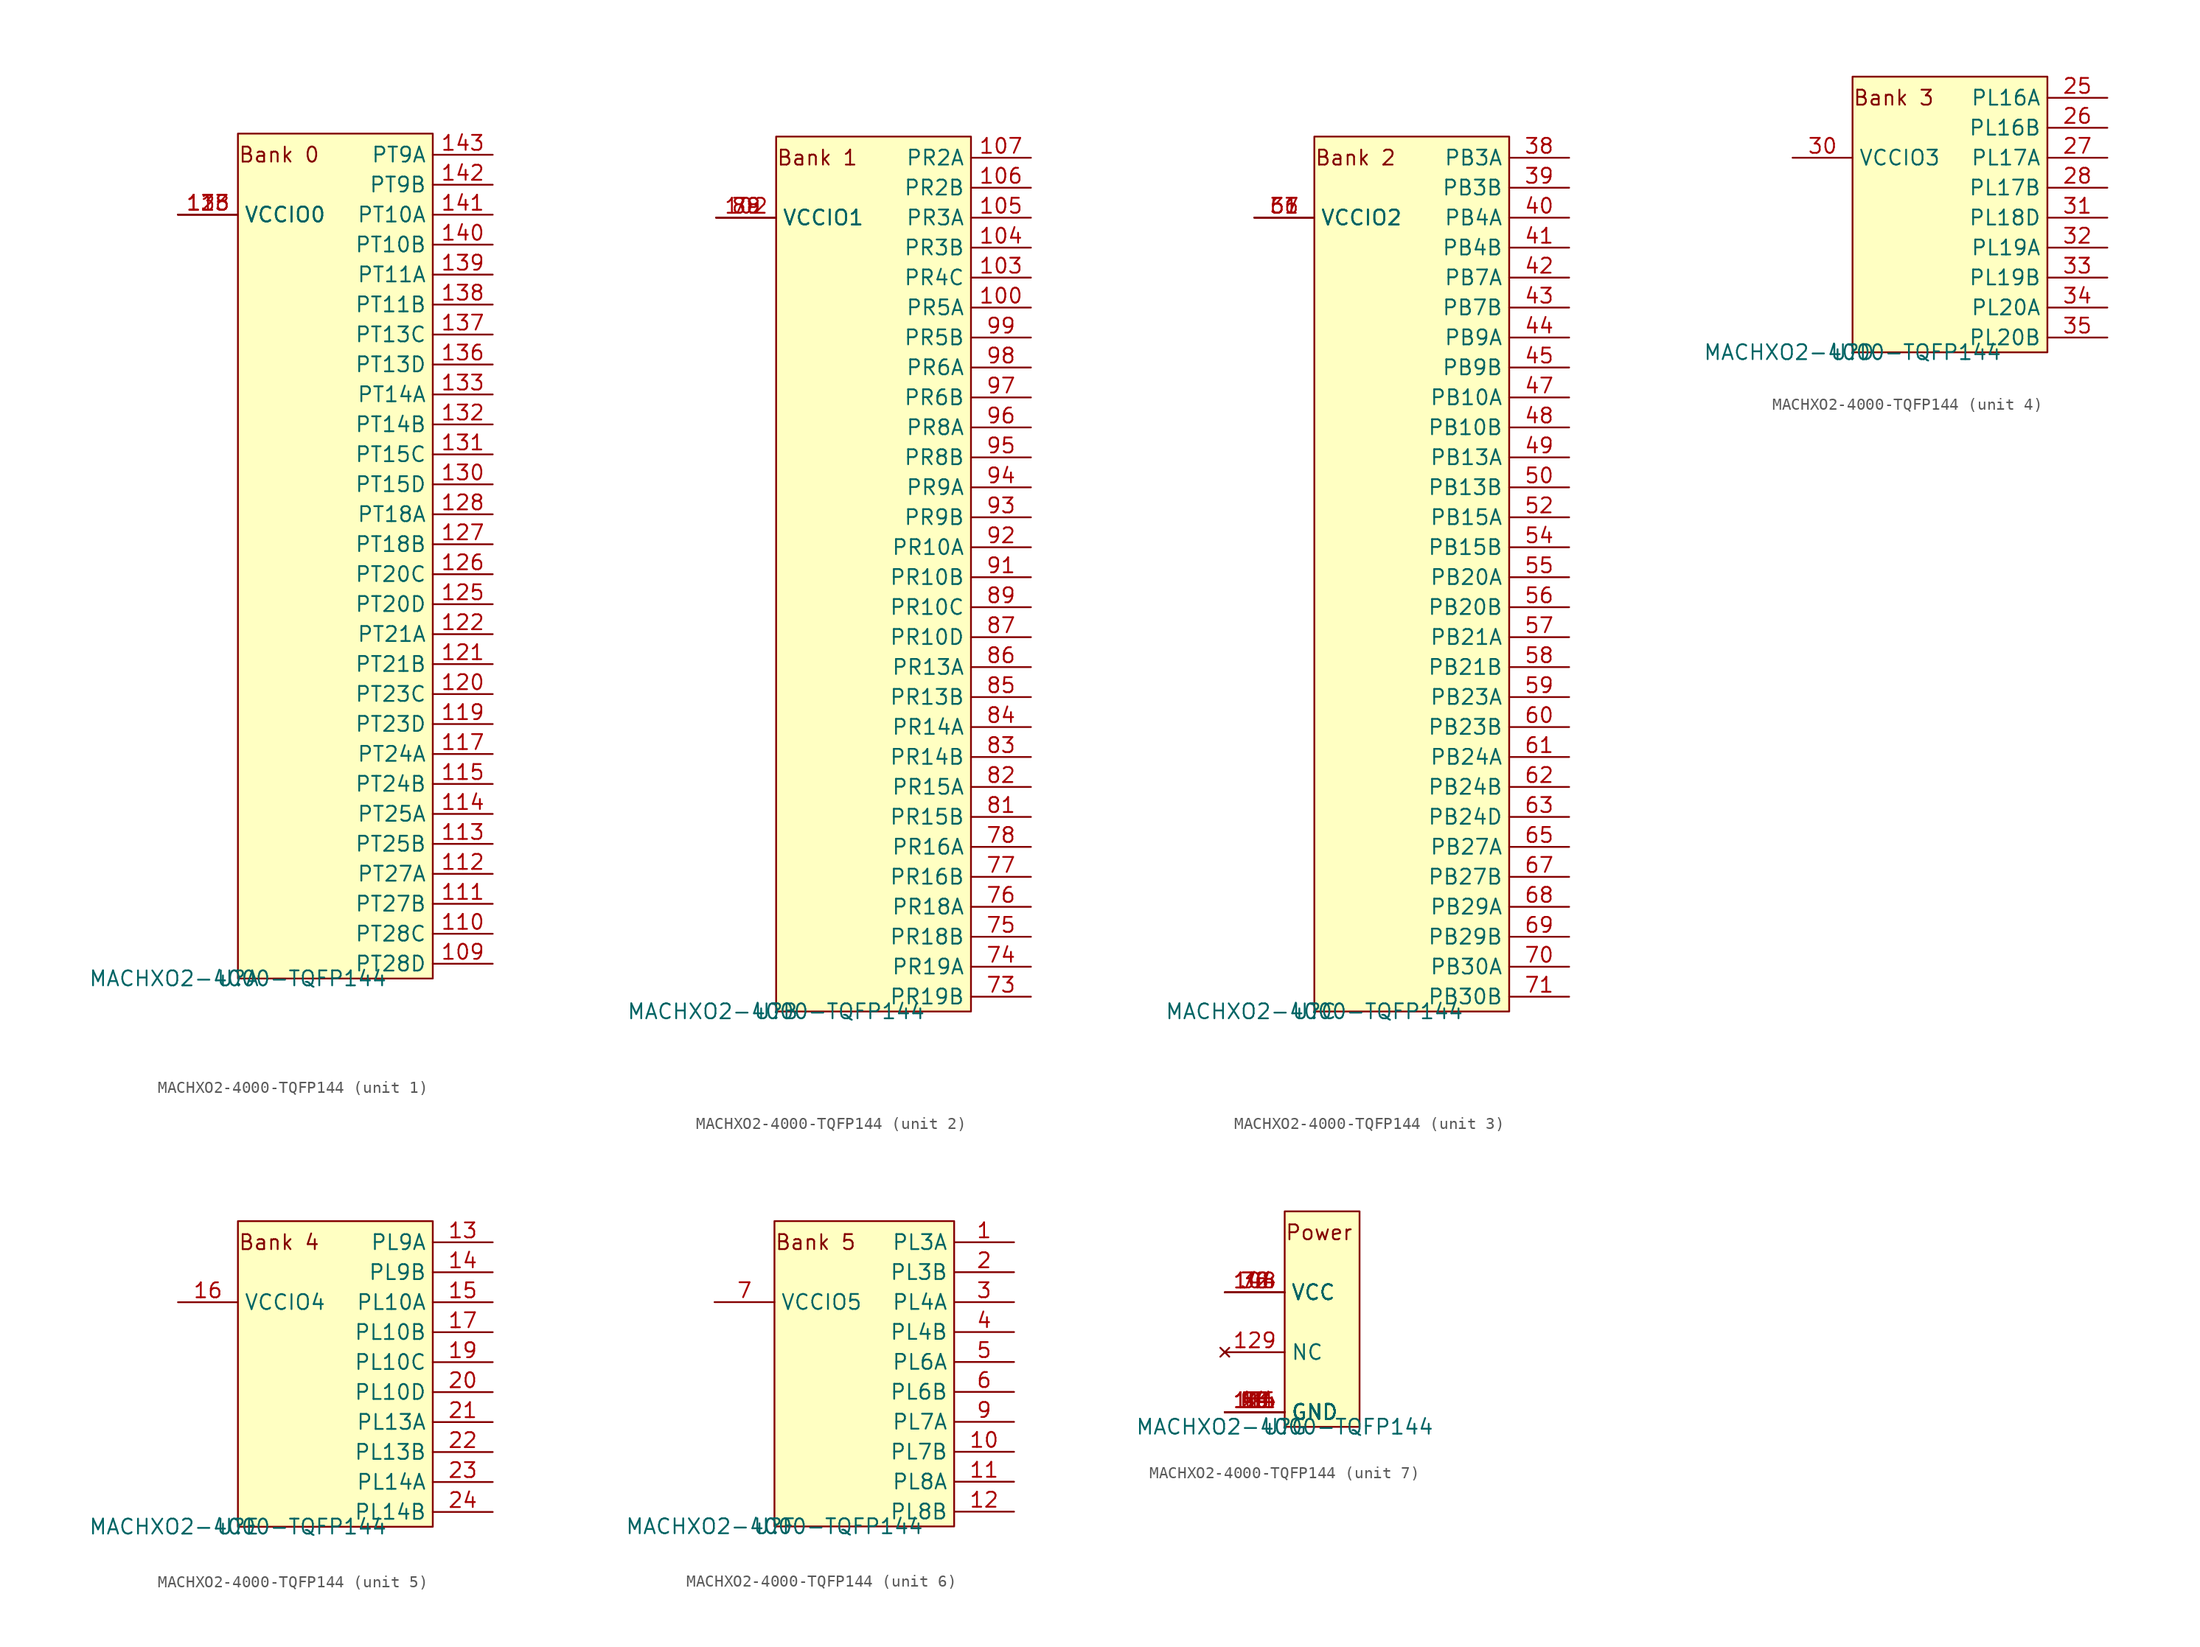
<source format=kicad_sym>
(kicad_symbol_lib
  (version 20211014)
  (generator kicad_symbol_editor)
  (symbol "MACHXO2-4000-TQFP144"
    (property "Reference" "U"
      (at 0 0 0)
      (effects (font (size 1.27 1.27))))
    (property "Value" "MACHXO2-4000-TQFP144"
      (at 0 0 0)
      (effects (font (size 1.27 1.27))))
    (property "ki_locked" ""
      (at 0 0 0)
      (effects (font (size 1.27 1.27))))
    (symbol "MACHXO2-4000-TQFP144_1_0"
      (pin power_in line (at -5.08 64.754 0) (length 5.08) (name "VCCIO0" (effects (font (size 1.27 1.27)))) (number "118" (effects (font (size 1.27 1.27)))))
      (pin power_in line (at -5.08 64.754 0) (length 5.08) (name "VCCIO0" (effects (font (size 1.27 1.27)))) (number "123" (effects (font (size 1.27 1.27)))))
      (pin power_in line (at -5.08 64.754 0) (length 5.08) (name "VCCIO0" (effects (font (size 1.27 1.27)))) (number "135" (effects (font (size 1.27 1.27)))))
      (pin bidirectional line (at 21.59 69.834 180) (length 5.08) (name "PT9A" (effects (font (size 1.27 1.27)))) (number "143" (effects (font (size 1.27 1.27)))))
      (pin bidirectional line (at 21.59 67.294 180) (length 5.08) (name "PT9B" (effects (font (size 1.27 1.27)))) (number "142" (effects (font (size 1.27 1.27)))))
      (pin bidirectional line (at 21.59 64.754 180) (length 5.08) (name "PT10A" (effects (font (size 1.27 1.27)))) (number "141" (effects (font (size 1.27 1.27)))))
      (pin bidirectional line (at 21.59 62.214 180) (length 5.08) (name "PT10B" (effects (font (size 1.27 1.27)))) (number "140" (effects (font (size 1.27 1.27)))))
      (pin bidirectional line (at 21.59 59.674 180) (length 5.08) (name "PT11A" (effects (font (size 1.27 1.27)))) (number "139" (effects (font (size 1.27 1.27)))))
      (pin bidirectional line (at 21.59 57.134 180) (length 5.08) (name "PT11B" (effects (font (size 1.27 1.27)))) (number "138" (effects (font (size 1.27 1.27)))))
      (pin bidirectional line (at 21.59 54.594 180) (length 5.08) (name "PT13C" (effects (font (size 1.27 1.27)))) (number "137" (effects (font (size 1.27 1.27)))))
      (pin bidirectional line (at 21.59 52.054 180) (length 5.08) (name "PT13D" (effects (font (size 1.27 1.27)))) (number "136" (effects (font (size 1.27 1.27)))))
      (pin bidirectional line (at 21.59 49.514 180) (length 5.08) (name "PT14A" (effects (font (size 1.27 1.27)))) (number "133" (effects (font (size 1.27 1.27)))))
      (pin bidirectional line (at 21.59 46.974 180) (length 5.08) (name "PT14B" (effects (font (size 1.27 1.27)))) (number "132" (effects (font (size 1.27 1.27)))))
      (pin bidirectional line (at 21.59 44.434 180) (length 5.08) (name "PT15C" (effects (font (size 1.27 1.27)))) (number "131" (effects (font (size 1.27 1.27)))))
      (pin bidirectional line (at 21.59 41.894 180) (length 5.08) (name "PT15D" (effects (font (size 1.27 1.27)))) (number "130" (effects (font (size 1.27 1.27)))))
      (pin bidirectional line (at 21.59 39.354 180) (length 5.08) (name "PT18A" (effects (font (size 1.27 1.27)))) (number "128" (effects (font (size 1.27 1.27)))))
      (pin bidirectional line (at 21.59 36.814 180) (length 5.08) (name "PT18B" (effects (font (size 1.27 1.27)))) (number "127" (effects (font (size 1.27 1.27)))))
      (pin bidirectional line (at 21.59 34.274 180) (length 5.08) (name "PT20C" (effects (font (size 1.27 1.27)))) (number "126" (effects (font (size 1.27 1.27)))))
      (pin bidirectional line (at 21.59 31.734 180) (length 5.08) (name "PT20D" (effects (font (size 1.27 1.27)))) (number "125" (effects (font (size 1.27 1.27)))))
      (pin bidirectional line (at 21.59 29.194 180) (length 5.08) (name "PT21A" (effects (font (size 1.27 1.27)))) (number "122" (effects (font (size 1.27 1.27)))))
      (pin bidirectional line (at 21.59 26.654 180) (length 5.08) (name "PT21B" (effects (font (size 1.27 1.27)))) (number "121" (effects (font (size 1.27 1.27)))))
      (pin bidirectional line (at 21.59 24.114 180) (length 5.08) (name "PT23C" (effects (font (size 1.27 1.27)))) (number "120" (effects (font (size 1.27 1.27)))))
      (pin bidirectional line (at 21.59 21.574 180) (length 5.08) (name "PT23D" (effects (font (size 1.27 1.27)))) (number "119" (effects (font (size 1.27 1.27)))))
      (pin bidirectional line (at 21.59 19.034 180) (length 5.08) (name "PT24A" (effects (font (size 1.27 1.27)))) (number "117" (effects (font (size 1.27 1.27)))))
      (pin bidirectional line (at 21.59 16.494 180) (length 5.08) (name "PT24B" (effects (font (size 1.27 1.27)))) (number "115" (effects (font (size 1.27 1.27)))))
      (pin bidirectional line (at 21.59 13.954 180) (length 5.08) (name "PT25A" (effects (font (size 1.27 1.27)))) (number "114" (effects (font (size 1.27 1.27)))))
      (pin bidirectional line (at 21.59 11.414 180) (length 5.08) (name "PT25B" (effects (font (size 1.27 1.27)))) (number "113" (effects (font (size 1.27 1.27)))))
      (pin bidirectional line (at 21.59 8.874 180) (length 5.08) (name "PT27A" (effects (font (size 1.27 1.27)))) (number "112" (effects (font (size 1.27 1.27)))))
      (pin bidirectional line (at 21.59 6.334 180) (length 5.08) (name "PT27B" (effects (font (size 1.27 1.27)))) (number "111" (effects (font (size 1.27 1.27)))))
      (pin bidirectional line (at 21.59 3.794 180) (length 5.08) (name "PT28C" (effects (font (size 1.27 1.27)))) (number "110" (effects (font (size 1.27 1.27)))))
      (pin bidirectional line (at 21.59 1.254 180) (length 5.08) (name "PT28D" (effects (font (size 1.27 1.27)))) (number "109" (effects (font (size 1.27 1.27))))))
    (symbol "MACHXO2-4000-TQFP144_1_1"
      (rectangle (start 0 0) (end 16.51 71.628) (stroke (width 0) (type default) (color 0 0 0 0)) (fill (type background)))
      (text "Bank 0" (at 0 69.834 0) (effects (font (size 1.27 1.27)) (justify left))))
    (symbol "MACHXO2-4000-TQFP144_2_0"
      (pin power_in line (at -5.08 67.294 0) (length 5.08) (name "VCCIO1" (effects (font (size 1.27 1.27)))) (number "79" (effects (font (size 1.27 1.27)))))
      (pin power_in line (at -5.08 67.294 0) (length 5.08) (name "VCCIO1" (effects (font (size 1.27 1.27)))) (number "88" (effects (font (size 1.27 1.27)))))
      (pin power_in line (at -5.08 67.294 0) (length 5.08) (name "VCCIO1" (effects (font (size 1.27 1.27)))) (number "102" (effects (font (size 1.27 1.27)))))
      (pin bidirectional line (at 21.59 72.374 180) (length 5.08) (name "PR2A" (effects (font (size 1.27 1.27)))) (number "107" (effects (font (size 1.27 1.27)))))
      (pin bidirectional line (at 21.59 69.834 180) (length 5.08) (name "PR2B" (effects (font (size 1.27 1.27)))) (number "106" (effects (font (size 1.27 1.27)))))
      (pin bidirectional line (at 21.59 67.294 180) (length 5.08) (name "PR3A" (effects (font (size 1.27 1.27)))) (number "105" (effects (font (size 1.27 1.27)))))
      (pin bidirectional line (at 21.59 64.754 180) (length 5.08) (name "PR3B" (effects (font (size 1.27 1.27)))) (number "104" (effects (font (size 1.27 1.27)))))
      (pin bidirectional line (at 21.59 62.214 180) (length 5.08) (name "PR4C" (effects (font (size 1.27 1.27)))) (number "103" (effects (font (size 1.27 1.27)))))
      (pin bidirectional line (at 21.59 59.674 180) (length 5.08) (name "PR5A" (effects (font (size 1.27 1.27)))) (number "100" (effects (font (size 1.27 1.27)))))
      (pin bidirectional line (at 21.59 57.134 180) (length 5.08) (name "PR5B" (effects (font (size 1.27 1.27)))) (number "99" (effects (font (size 1.27 1.27)))))
      (pin bidirectional line (at 21.59 54.594 180) (length 5.08) (name "PR6A" (effects (font (size 1.27 1.27)))) (number "98" (effects (font (size 1.27 1.27)))))
      (pin bidirectional line (at 21.59 52.054 180) (length 5.08) (name "PR6B" (effects (font (size 1.27 1.27)))) (number "97" (effects (font (size 1.27 1.27)))))
      (pin bidirectional line (at 21.59 49.514 180) (length 5.08) (name "PR8A" (effects (font (size 1.27 1.27)))) (number "96" (effects (font (size 1.27 1.27)))))
      (pin bidirectional line (at 21.59 46.974 180) (length 5.08) (name "PR8B" (effects (font (size 1.27 1.27)))) (number "95" (effects (font (size 1.27 1.27)))))
      (pin bidirectional line (at 21.59 44.434 180) (length 5.08) (name "PR9A" (effects (font (size 1.27 1.27)))) (number "94" (effects (font (size 1.27 1.27)))))
      (pin bidirectional line (at 21.59 41.894 180) (length 5.08) (name "PR9B" (effects (font (size 1.27 1.27)))) (number "93" (effects (font (size 1.27 1.27)))))
      (pin bidirectional line (at 21.59 39.354 180) (length 5.08) (name "PR10A" (effects (font (size 1.27 1.27)))) (number "92" (effects (font (size 1.27 1.27)))))
      (pin bidirectional line (at 21.59 36.814 180) (length 5.08) (name "PR10B" (effects (font (size 1.27 1.27)))) (number "91" (effects (font (size 1.27 1.27)))))
      (pin bidirectional line (at 21.59 34.274 180) (length 5.08) (name "PR10C" (effects (font (size 1.27 1.27)))) (number "89" (effects (font (size 1.27 1.27)))))
      (pin bidirectional line (at 21.59 31.734 180) (length 5.08) (name "PR10D" (effects (font (size 1.27 1.27)))) (number "87" (effects (font (size 1.27 1.27)))))
      (pin bidirectional line (at 21.59 29.194 180) (length 5.08) (name "PR13A" (effects (font (size 1.27 1.27)))) (number "86" (effects (font (size 1.27 1.27)))))
      (pin bidirectional line (at 21.59 26.654 180) (length 5.08) (name "PR13B" (effects (font (size 1.27 1.27)))) (number "85" (effects (font (size 1.27 1.27)))))
      (pin bidirectional line (at 21.59 24.114 180) (length 5.08) (name "PR14A" (effects (font (size 1.27 1.27)))) (number "84" (effects (font (size 1.27 1.27)))))
      (pin bidirectional line (at 21.59 21.574 180) (length 5.08) (name "PR14B" (effects (font (size 1.27 1.27)))) (number "83" (effects (font (size 1.27 1.27)))))
      (pin bidirectional line (at 21.59 19.034 180) (length 5.08) (name "PR15A" (effects (font (size 1.27 1.27)))) (number "82" (effects (font (size 1.27 1.27)))))
      (pin bidirectional line (at 21.59 16.494 180) (length 5.08) (name "PR15B" (effects (font (size 1.27 1.27)))) (number "81" (effects (font (size 1.27 1.27)))))
      (pin bidirectional line (at 21.59 13.954 180) (length 5.08) (name "PR16A" (effects (font (size 1.27 1.27)))) (number "78" (effects (font (size 1.27 1.27)))))
      (pin bidirectional line (at 21.59 11.414 180) (length 5.08) (name "PR16B" (effects (font (size 1.27 1.27)))) (number "77" (effects (font (size 1.27 1.27)))))
      (pin bidirectional line (at 21.59 8.874 180) (length 5.08) (name "PR18A" (effects (font (size 1.27 1.27)))) (number "76" (effects (font (size 1.27 1.27)))))
      (pin bidirectional line (at 21.59 6.334 180) (length 5.08) (name "PR18B" (effects (font (size 1.27 1.27)))) (number "75" (effects (font (size 1.27 1.27)))))
      (pin bidirectional line (at 21.59 3.794 180) (length 5.08) (name "PR19A" (effects (font (size 1.27 1.27)))) (number "74" (effects (font (size 1.27 1.27)))))
      (pin bidirectional line (at 21.59 1.254 180) (length 5.08) (name "PR19B" (effects (font (size 1.27 1.27)))) (number "73" (effects (font (size 1.27 1.27))))))
    (symbol "MACHXO2-4000-TQFP144_2_1"
      (rectangle (start 0 0) (end 16.51 74.168) (stroke (width 0) (type default) (color 0 0 0 0)) (fill (type background)))
      (text "Bank 1" (at 0 72.374 0) (effects (font (size 1.27 1.27)) (justify left))))
    (symbol "MACHXO2-4000-TQFP144_3_0"
      (pin power_in line (at -5.08 67.294 0) (length 5.08) (name "VCCIO2" (effects (font (size 1.27 1.27)))) (number "37" (effects (font (size 1.27 1.27)))))
      (pin power_in line (at -5.08 67.294 0) (length 5.08) (name "VCCIO2" (effects (font (size 1.27 1.27)))) (number "51" (effects (font (size 1.27 1.27)))))
      (pin power_in line (at -5.08 67.294 0) (length 5.08) (name "VCCIO2" (effects (font (size 1.27 1.27)))) (number "66" (effects (font (size 1.27 1.27)))))
      (pin bidirectional line (at 21.59 72.374 180) (length 5.08) (name "PB3A" (effects (font (size 1.27 1.27)))) (number "38" (effects (font (size 1.27 1.27)))))
      (pin bidirectional line (at 21.59 69.834 180) (length 5.08) (name "PB3B" (effects (font (size 1.27 1.27)))) (number "39" (effects (font (size 1.27 1.27)))))
      (pin bidirectional line (at 21.59 67.294 180) (length 5.08) (name "PB4A" (effects (font (size 1.27 1.27)))) (number "40" (effects (font (size 1.27 1.27)))))
      (pin bidirectional line (at 21.59 64.754 180) (length 5.08) (name "PB4B" (effects (font (size 1.27 1.27)))) (number "41" (effects (font (size 1.27 1.27)))))
      (pin bidirectional line (at 21.59 62.214 180) (length 5.08) (name "PB7A" (effects (font (size 1.27 1.27)))) (number "42" (effects (font (size 1.27 1.27)))))
      (pin bidirectional line (at 21.59 59.674 180) (length 5.08) (name "PB7B" (effects (font (size 1.27 1.27)))) (number "43" (effects (font (size 1.27 1.27)))))
      (pin bidirectional line (at 21.59 57.134 180) (length 5.08) (name "PB9A" (effects (font (size 1.27 1.27)))) (number "44" (effects (font (size 1.27 1.27)))))
      (pin bidirectional line (at 21.59 54.594 180) (length 5.08) (name "PB9B" (effects (font (size 1.27 1.27)))) (number "45" (effects (font (size 1.27 1.27)))))
      (pin bidirectional line (at 21.59 52.054 180) (length 5.08) (name "PB10A" (effects (font (size 1.27 1.27)))) (number "47" (effects (font (size 1.27 1.27)))))
      (pin bidirectional line (at 21.59 49.514 180) (length 5.08) (name "PB10B" (effects (font (size 1.27 1.27)))) (number "48" (effects (font (size 1.27 1.27)))))
      (pin bidirectional line (at 21.59 46.974 180) (length 5.08) (name "PB13A" (effects (font (size 1.27 1.27)))) (number "49" (effects (font (size 1.27 1.27)))))
      (pin bidirectional line (at 21.59 44.434 180) (length 5.08) (name "PB13B" (effects (font (size 1.27 1.27)))) (number "50" (effects (font (size 1.27 1.27)))))
      (pin bidirectional line (at 21.59 41.894 180) (length 5.08) (name "PB15A" (effects (font (size 1.27 1.27)))) (number "52" (effects (font (size 1.27 1.27)))))
      (pin bidirectional line (at 21.59 39.354 180) (length 5.08) (name "PB15B" (effects (font (size 1.27 1.27)))) (number "54" (effects (font (size 1.27 1.27)))))
      (pin bidirectional line (at 21.59 36.814 180) (length 5.08) (name "PB20A" (effects (font (size 1.27 1.27)))) (number "55" (effects (font (size 1.27 1.27)))))
      (pin bidirectional line (at 21.59 34.274 180) (length 5.08) (name "PB20B" (effects (font (size 1.27 1.27)))) (number "56" (effects (font (size 1.27 1.27)))))
      (pin bidirectional line (at 21.59 31.734 180) (length 5.08) (name "PB21A" (effects (font (size 1.27 1.27)))) (number "57" (effects (font (size 1.27 1.27)))))
      (pin bidirectional line (at 21.59 29.194 180) (length 5.08) (name "PB21B" (effects (font (size 1.27 1.27)))) (number "58" (effects (font (size 1.27 1.27)))))
      (pin bidirectional line (at 21.59 26.654 180) (length 5.08) (name "PB23A" (effects (font (size 1.27 1.27)))) (number "59" (effects (font (size 1.27 1.27)))))
      (pin bidirectional line (at 21.59 24.114 180) (length 5.08) (name "PB23B" (effects (font (size 1.27 1.27)))) (number "60" (effects (font (size 1.27 1.27)))))
      (pin bidirectional line (at 21.59 21.574 180) (length 5.08) (name "PB24A" (effects (font (size 1.27 1.27)))) (number "61" (effects (font (size 1.27 1.27)))))
      (pin bidirectional line (at 21.59 19.034 180) (length 5.08) (name "PB24B" (effects (font (size 1.27 1.27)))) (number "62" (effects (font (size 1.27 1.27)))))
      (pin bidirectional line (at 21.59 16.494 180) (length 5.08) (name "PB24D" (effects (font (size 1.27 1.27)))) (number "63" (effects (font (size 1.27 1.27)))))
      (pin bidirectional line (at 21.59 13.954 180) (length 5.08) (name "PB27A" (effects (font (size 1.27 1.27)))) (number "65" (effects (font (size 1.27 1.27)))))
      (pin bidirectional line (at 21.59 11.414 180) (length 5.08) (name "PB27B" (effects (font (size 1.27 1.27)))) (number "67" (effects (font (size 1.27 1.27)))))
      (pin bidirectional line (at 21.59 8.874 180) (length 5.08) (name "PB29A" (effects (font (size 1.27 1.27)))) (number "68" (effects (font (size 1.27 1.27)))))
      (pin bidirectional line (at 21.59 6.334 180) (length 5.08) (name "PB29B" (effects (font (size 1.27 1.27)))) (number "69" (effects (font (size 1.27 1.27)))))
      (pin bidirectional line (at 21.59 3.794 180) (length 5.08) (name "PB30A" (effects (font (size 1.27 1.27)))) (number "70" (effects (font (size 1.27 1.27)))))
      (pin bidirectional line (at 21.59 1.254 180) (length 5.08) (name "PB30B" (effects (font (size 1.27 1.27)))) (number "71" (effects (font (size 1.27 1.27))))))
    (symbol "MACHXO2-4000-TQFP144_3_1"
      (rectangle (start 0 0) (end 16.51 74.168) (stroke (width 0) (type default) (color 0 0 0 0)) (fill (type background)))
      (text "Bank 2" (at 0 72.374 0) (effects (font (size 1.27 1.27)) (justify left))))
    (symbol "MACHXO2-4000-TQFP144_4_0"
      (pin power_in line (at -5.08 16.494 0) (length 5.08) (name "VCCIO3" (effects (font (size 1.27 1.27)))) (number "30" (effects (font (size 1.27 1.27)))))
      (pin bidirectional line (at 21.59 21.574 180) (length 5.08) (name "PL16A" (effects (font (size 1.27 1.27)))) (number "25" (effects (font (size 1.27 1.27)))))
      (pin bidirectional line (at 21.59 19.034 180) (length 5.08) (name "PL16B" (effects (font (size 1.27 1.27)))) (number "26" (effects (font (size 1.27 1.27)))))
      (pin bidirectional line (at 21.59 16.494 180) (length 5.08) (name "PL17A" (effects (font (size 1.27 1.27)))) (number "27" (effects (font (size 1.27 1.27)))))
      (pin bidirectional line (at 21.59 13.954 180) (length 5.08) (name "PL17B" (effects (font (size 1.27 1.27)))) (number "28" (effects (font (size 1.27 1.27)))))
      (pin bidirectional line (at 21.59 11.414 180) (length 5.08) (name "PL18D" (effects (font (size 1.27 1.27)))) (number "31" (effects (font (size 1.27 1.27)))))
      (pin bidirectional line (at 21.59 8.874 180) (length 5.08) (name "PL19A" (effects (font (size 1.27 1.27)))) (number "32" (effects (font (size 1.27 1.27)))))
      (pin bidirectional line (at 21.59 6.334 180) (length 5.08) (name "PL19B" (effects (font (size 1.27 1.27)))) (number "33" (effects (font (size 1.27 1.27)))))
      (pin bidirectional line (at 21.59 3.794 180) (length 5.08) (name "PL20A" (effects (font (size 1.27 1.27)))) (number "34" (effects (font (size 1.27 1.27)))))
      (pin bidirectional line (at 21.59 1.254 180) (length 5.08) (name "PL20B" (effects (font (size 1.27 1.27)))) (number "35" (effects (font (size 1.27 1.27))))))
    (symbol "MACHXO2-4000-TQFP144_4_1"
      (rectangle (start 0 0) (end 16.51 23.368) (stroke (width 0) (type default) (color 0 0 0 0)) (fill (type background)))
      (text "Bank 3" (at 0 21.574 0) (effects (font (size 1.27 1.27)) (justify left))))
    (symbol "MACHXO2-4000-TQFP144_5_0"
      (pin power_in line (at -5.08 19.034 0) (length 5.08) (name "VCCIO4" (effects (font (size 1.27 1.27)))) (number "16" (effects (font (size 1.27 1.27)))))
      (pin bidirectional line (at 21.59 24.114 180) (length 5.08) (name "PL9A" (effects (font (size 1.27 1.27)))) (number "13" (effects (font (size 1.27 1.27)))))
      (pin bidirectional line (at 21.59 21.574 180) (length 5.08) (name "PL9B" (effects (font (size 1.27 1.27)))) (number "14" (effects (font (size 1.27 1.27)))))
      (pin bidirectional line (at 21.59 19.034 180) (length 5.08) (name "PL10A" (effects (font (size 1.27 1.27)))) (number "15" (effects (font (size 1.27 1.27)))))
      (pin bidirectional line (at 21.59 16.494 180) (length 5.08) (name "PL10B" (effects (font (size 1.27 1.27)))) (number "17" (effects (font (size 1.27 1.27)))))
      (pin bidirectional line (at 21.59 13.954 180) (length 5.08) (name "PL10C" (effects (font (size 1.27 1.27)))) (number "19" (effects (font (size 1.27 1.27)))))
      (pin bidirectional line (at 21.59 11.414 180) (length 5.08) (name "PL10D" (effects (font (size 1.27 1.27)))) (number "20" (effects (font (size 1.27 1.27)))))
      (pin bidirectional line (at 21.59 8.874 180) (length 5.08) (name "PL13A" (effects (font (size 1.27 1.27)))) (number "21" (effects (font (size 1.27 1.27)))))
      (pin bidirectional line (at 21.59 6.334 180) (length 5.08) (name "PL13B" (effects (font (size 1.27 1.27)))) (number "22" (effects (font (size 1.27 1.27)))))
      (pin bidirectional line (at 21.59 3.794 180) (length 5.08) (name "PL14A" (effects (font (size 1.27 1.27)))) (number "23" (effects (font (size 1.27 1.27)))))
      (pin bidirectional line (at 21.59 1.254 180) (length 5.08) (name "PL14B" (effects (font (size 1.27 1.27)))) (number "24" (effects (font (size 1.27 1.27))))))
    (symbol "MACHXO2-4000-TQFP144_5_1"
      (rectangle (start 0 0) (end 16.51 25.908) (stroke (width 0) (type default) (color 0 0 0 0)) (fill (type background)))
      (text "Bank 4" (at 0 24.114 0) (effects (font (size 1.27 1.27)) (justify left))))
    (symbol "MACHXO2-4000-TQFP144_6_0"
      (pin power_in line (at -5.08 19.034 0) (length 5.08) (name "VCCIO5" (effects (font (size 1.27 1.27)))) (number "7" (effects (font (size 1.27 1.27)))))
      (pin bidirectional line (at 20.32 24.114 180) (length 5.08) (name "PL3A" (effects (font (size 1.27 1.27)))) (number "1" (effects (font (size 1.27 1.27)))))
      (pin bidirectional line (at 20.32 21.574 180) (length 5.08) (name "PL3B" (effects (font (size 1.27 1.27)))) (number "2" (effects (font (size 1.27 1.27)))))
      (pin bidirectional line (at 20.32 19.034 180) (length 5.08) (name "PL4A" (effects (font (size 1.27 1.27)))) (number "3" (effects (font (size 1.27 1.27)))))
      (pin bidirectional line (at 20.32 16.494 180) (length 5.08) (name "PL4B" (effects (font (size 1.27 1.27)))) (number "4" (effects (font (size 1.27 1.27)))))
      (pin bidirectional line (at 20.32 13.954 180) (length 5.08) (name "PL6A" (effects (font (size 1.27 1.27)))) (number "5" (effects (font (size 1.27 1.27)))))
      (pin bidirectional line (at 20.32 11.414 180) (length 5.08) (name "PL6B" (effects (font (size 1.27 1.27)))) (number "6" (effects (font (size 1.27 1.27)))))
      (pin bidirectional line (at 20.32 8.874 180) (length 5.08) (name "PL7A" (effects (font (size 1.27 1.27)))) (number "9" (effects (font (size 1.27 1.27)))))
      (pin bidirectional line (at 20.32 6.334 180) (length 5.08) (name "PL7B" (effects (font (size 1.27 1.27)))) (number "10" (effects (font (size 1.27 1.27)))))
      (pin bidirectional line (at 20.32 3.794 180) (length 5.08) (name "PL8A" (effects (font (size 1.27 1.27)))) (number "11" (effects (font (size 1.27 1.27)))))
      (pin bidirectional line (at 20.32 1.254 180) (length 5.08) (name "PL8B" (effects (font (size 1.27 1.27)))) (number "12" (effects (font (size 1.27 1.27))))))
    (symbol "MACHXO2-4000-TQFP144_6_1"
      (rectangle (start 0 0) (end 15.24 25.908) (stroke (width 0) (type default) (color 0 0 0 0)) (fill (type background)))
      (text "Bank 5" (at 0 24.114 0) (effects (font (size 1.27 1.27)) (justify left))))
    (symbol "MACHXO2-4000-TQFP144_7_0"
      (pin power_in line (at -5.08 11.414 0) (length 5.08) (name "VCC" (effects (font (size 1.27 1.27)))) (number "36" (effects (font (size 1.27 1.27)))))
      (pin power_in line (at -5.08 11.414 0) (length 5.08) (name "VCC" (effects (font (size 1.27 1.27)))) (number "72" (effects (font (size 1.27 1.27)))))
      (pin power_in line (at -5.08 11.414 0) (length 5.08) (name "VCC" (effects (font (size 1.27 1.27)))) (number "108" (effects (font (size 1.27 1.27)))))
      (pin power_in line (at -5.08 11.414 0) (length 5.08) (name "VCC" (effects (font (size 1.27 1.27)))) (number "144" (effects (font (size 1.27 1.27)))))
      (pin no_connect line (at -5.08 6.334 0) (length 5.08) (name "NC" (effects (font (size 1.27 1.27)))) (number "129" (effects (font (size 1.27 1.27)))))
      (pin power_in line (at -5.08 1.254 0) (length 5.08) (name "GND" (effects (font (size 1.27 1.27)))) (number "8" (effects (font (size 1.27 1.27)))))
      (pin power_in line (at -5.08 1.254 0) (length 5.08) (name "GND" (effects (font (size 1.27 1.27)))) (number "18" (effects (font (size 1.27 1.27)))))
      (pin power_in line (at -5.08 1.254 0) (length 5.08) (name "GND" (effects (font (size 1.27 1.27)))) (number "29" (effects (font (size 1.27 1.27)))))
      (pin power_in line (at -5.08 1.254 0) (length 5.08) (name "GND" (effects (font (size 1.27 1.27)))) (number "46" (effects (font (size 1.27 1.27)))))
      (pin power_in line (at -5.08 1.254 0) (length 5.08) (name "GND" (effects (font (size 1.27 1.27)))) (number "53" (effects (font (size 1.27 1.27)))))
      (pin power_in line (at -5.08 1.254 0) (length 5.08) (name "GND" (effects (font (size 1.27 1.27)))) (number "64" (effects (font (size 1.27 1.27)))))
      (pin power_in line (at -5.08 1.254 0) (length 5.08) (name "GND" (effects (font (size 1.27 1.27)))) (number "80" (effects (font (size 1.27 1.27)))))
      (pin power_in line (at -5.08 1.254 0) (length 5.08) (name "GND" (effects (font (size 1.27 1.27)))) (number "90" (effects (font (size 1.27 1.27)))))
      (pin power_in line (at -5.08 1.254 0) (length 5.08) (name "GND" (effects (font (size 1.27 1.27)))) (number "101" (effects (font (size 1.27 1.27)))))
      (pin power_in line (at -5.08 1.254 0) (length 5.08) (name "GND" (effects (font (size 1.27 1.27)))) (number "116" (effects (font (size 1.27 1.27)))))
      (pin power_in line (at -5.08 1.254 0) (length 5.08) (name "GND" (effects (font (size 1.27 1.27)))) (number "124" (effects (font (size 1.27 1.27)))))
      (pin power_in line (at -5.08 1.254 0) (length 5.08) (name "GND" (effects (font (size 1.27 1.27)))) (number "134" (effects (font (size 1.27 1.27))))))
    (symbol "MACHXO2-4000-TQFP144_7_1"
      (rectangle (start 0 0) (end 6.35 18.288) (stroke (width 0) (type default) (color 0 0 0 0)) (fill (type background)))
      (text "Power" (at 0 16.494 0) (effects (font (size 1.27 1.27)) (justify left))))))
</source>
